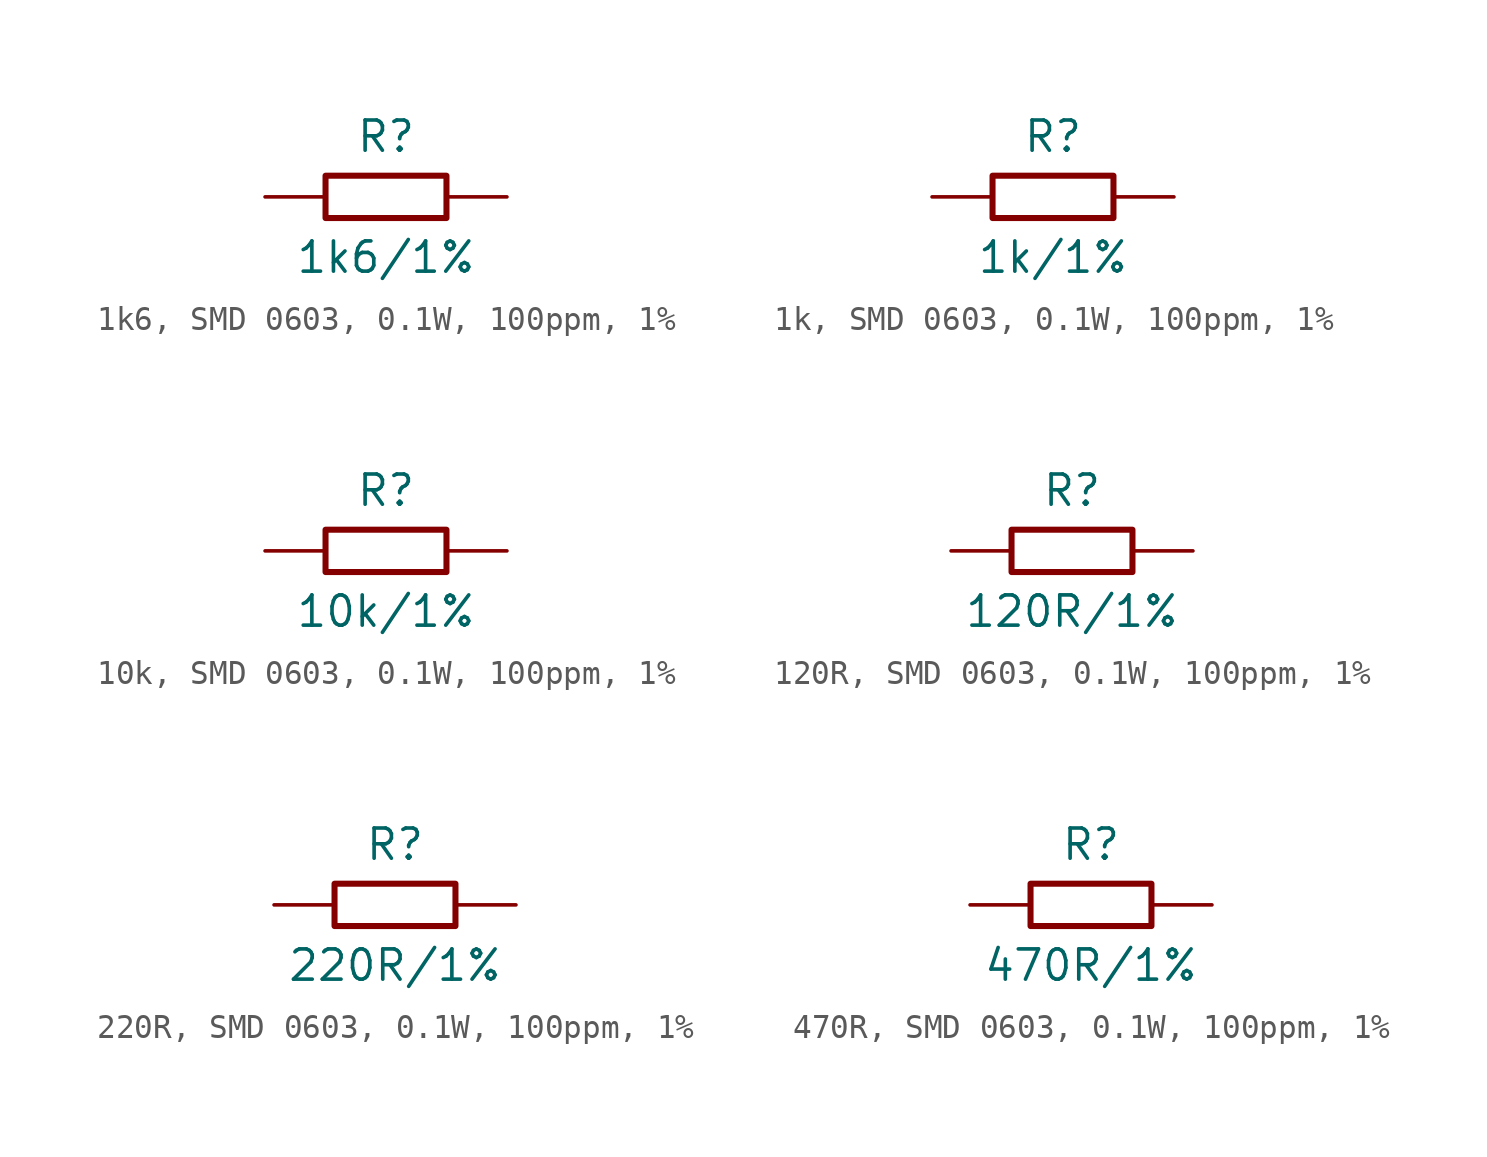
<source format=kicad_sym>
(kicad_symbol_lib
  (version 20231120)
  (generator "kicad_symbol_editor")
  (generator_version "8.0")
  (symbol "1k6, SMD 0603, 0.1W, 100ppm, 1%"
    (pin_numbers hide)
    (pin_names
      (offset 0) hide)
    (property "Reference" "R"
      (at 0 2.54 0)
      (effects (font (size 1.27 1.27))))
    (property "Value" "1k6/1%"
      (at 0 -2.54 0)
      (effects (font (size 1.27 1.27))))
    (symbol "1k6, SMD 0603, 0.1W, 100ppm, 1%_0_1"
      (rectangle (start -2.54 0.889) (end 2.54 -0.889) (stroke (width 0.254) (type default)) (fill (type none))))
    (symbol "1k6, SMD 0603, 0.1W, 100ppm, 1%_1_1"
      (pin passive line (at -5.08 0 0) (length 2.54) (name "1" (effects (font (size 1.27 1.27)))) (number "1" (effects (font (size 1.27 1.27)))))
      (pin passive line (at 5.08 0 180) (length 2.54) (name "2" (effects (font (size 1.27 1.27)))) (number "2" (effects (font (size 1.27 1.27)))))))
  (symbol "1k, SMD 0603, 0.1W, 100ppm, 1%"
    (pin_numbers hide)
    (pin_names
      (offset 0) hide)
    (property "Reference" "R"
      (at 0 2.54 0)
      (effects (font (size 1.27 1.27))))
    (property "Value" "1k/1%"
      (at 0 -2.54 0)
      (effects (font (size 1.27 1.27))))
    (symbol "1k, SMD 0603, 0.1W, 100ppm, 1%_0_1"
      (rectangle (start -2.54 0.889) (end 2.54 -0.889) (stroke (width 0.254) (type default)) (fill (type none))))
    (symbol "1k, SMD 0603, 0.1W, 100ppm, 1%_1_1"
      (pin passive line (at -5.08 0 0) (length 2.54) (name "1" (effects (font (size 1.27 1.27)))) (number "1" (effects (font (size 1.27 1.27)))))
      (pin passive line (at 5.08 0 180) (length 2.54) (name "2" (effects (font (size 1.27 1.27)))) (number "2" (effects (font (size 1.27 1.27)))))))
  (symbol "10k, SMD 0603, 0.1W, 100ppm, 1%"
    (pin_numbers hide)
    (pin_names
      (offset 0) hide)
    (property "Reference" "R"
      (at 0 2.54 0)
      (effects (font (size 1.27 1.27))))
    (property "Value" "10k/1%"
      (at 0 -2.54 0)
      (effects (font (size 1.27 1.27))))
    (symbol "10k, SMD 0603, 0.1W, 100ppm, 1%_0_1"
      (rectangle (start -2.54 0.889) (end 2.54 -0.889) (stroke (width 0.254) (type default)) (fill (type none))))
    (symbol "10k, SMD 0603, 0.1W, 100ppm, 1%_1_1"
      (pin passive line (at -5.08 0 0) (length 2.54) (name "1" (effects (font (size 1.27 1.27)))) (number "1" (effects (font (size 1.27 1.27)))))
      (pin passive line (at 5.08 0 180) (length 2.54) (name "2" (effects (font (size 1.27 1.27)))) (number "2" (effects (font (size 1.27 1.27)))))))
  (symbol "120R, SMD 0603, 0.1W, 100ppm, 1%"
    (pin_numbers hide)
    (pin_names
      (offset 0) hide)
    (property "Reference" "R"
      (at 0 2.54 0)
      (effects (font (size 1.27 1.27))))
    (property "Value" "120R/1%"
      (at 0 -2.54 0)
      (effects (font (size 1.27 1.27))))
    (symbol "120R, SMD 0603, 0.1W, 100ppm, 1%_0_1"
      (rectangle (start -2.54 0.889) (end 2.54 -0.889) (stroke (width 0.254) (type default)) (fill (type none))))
    (symbol "120R, SMD 0603, 0.1W, 100ppm, 1%_1_1"
      (pin passive line (at -5.08 0 0) (length 2.54) (name "1" (effects (font (size 1.27 1.27)))) (number "1" (effects (font (size 1.27 1.27)))))
      (pin passive line (at 5.08 0 180) (length 2.54) (name "2" (effects (font (size 1.27 1.27)))) (number "2" (effects (font (size 1.27 1.27)))))))
  (symbol "220R, SMD 0603, 0.1W, 100ppm, 1%"
    (pin_numbers hide)
    (pin_names
      (offset 0) hide)
    (property "Reference" "R"
      (at 0 2.54 0)
      (effects (font (size 1.27 1.27))))
    (property "Value" "220R/1%"
      (at 0 -2.54 0)
      (effects (font (size 1.27 1.27))))
    (symbol "220R, SMD 0603, 0.1W, 100ppm, 1%_0_1"
      (rectangle (start -2.54 0.889) (end 2.54 -0.889) (stroke (width 0.254) (type default)) (fill (type none))))
    (symbol "220R, SMD 0603, 0.1W, 100ppm, 1%_1_1"
      (pin passive line (at -5.08 0 0) (length 2.54) (name "1" (effects (font (size 1.27 1.27)))) (number "1" (effects (font (size 1.27 1.27)))))
      (pin passive line (at 5.08 0 180) (length 2.54) (name "2" (effects (font (size 1.27 1.27)))) (number "2" (effects (font (size 1.27 1.27)))))))
  (symbol "470R, SMD 0603, 0.1W, 100ppm, 1%"
    (pin_numbers hide)
    (pin_names
      (offset 0) hide)
    (property "Reference" "R"
      (at 0 2.54 0)
      (effects (font (size 1.27 1.27))))
    (property "Value" "470R/1%"
      (at 0 -2.54 0)
      (effects (font (size 1.27 1.27))))
    (symbol "470R, SMD 0603, 0.1W, 100ppm, 1%_0_1"
      (rectangle (start -2.54 0.889) (end 2.54 -0.889) (stroke (width 0.254) (type default)) (fill (type none))))
    (symbol "470R, SMD 0603, 0.1W, 100ppm, 1%_1_1"
      (pin passive line (at -5.08 0 0) (length 2.54) (name "1" (effects (font (size 1.27 1.27)))) (number "1" (effects (font (size 1.27 1.27)))))
      (pin passive line (at 5.08 0 180) (length 2.54) (name "2" (effects (font (size 1.27 1.27)))) (number "2" (effects (font (size 1.27 1.27))))))))
</source>
